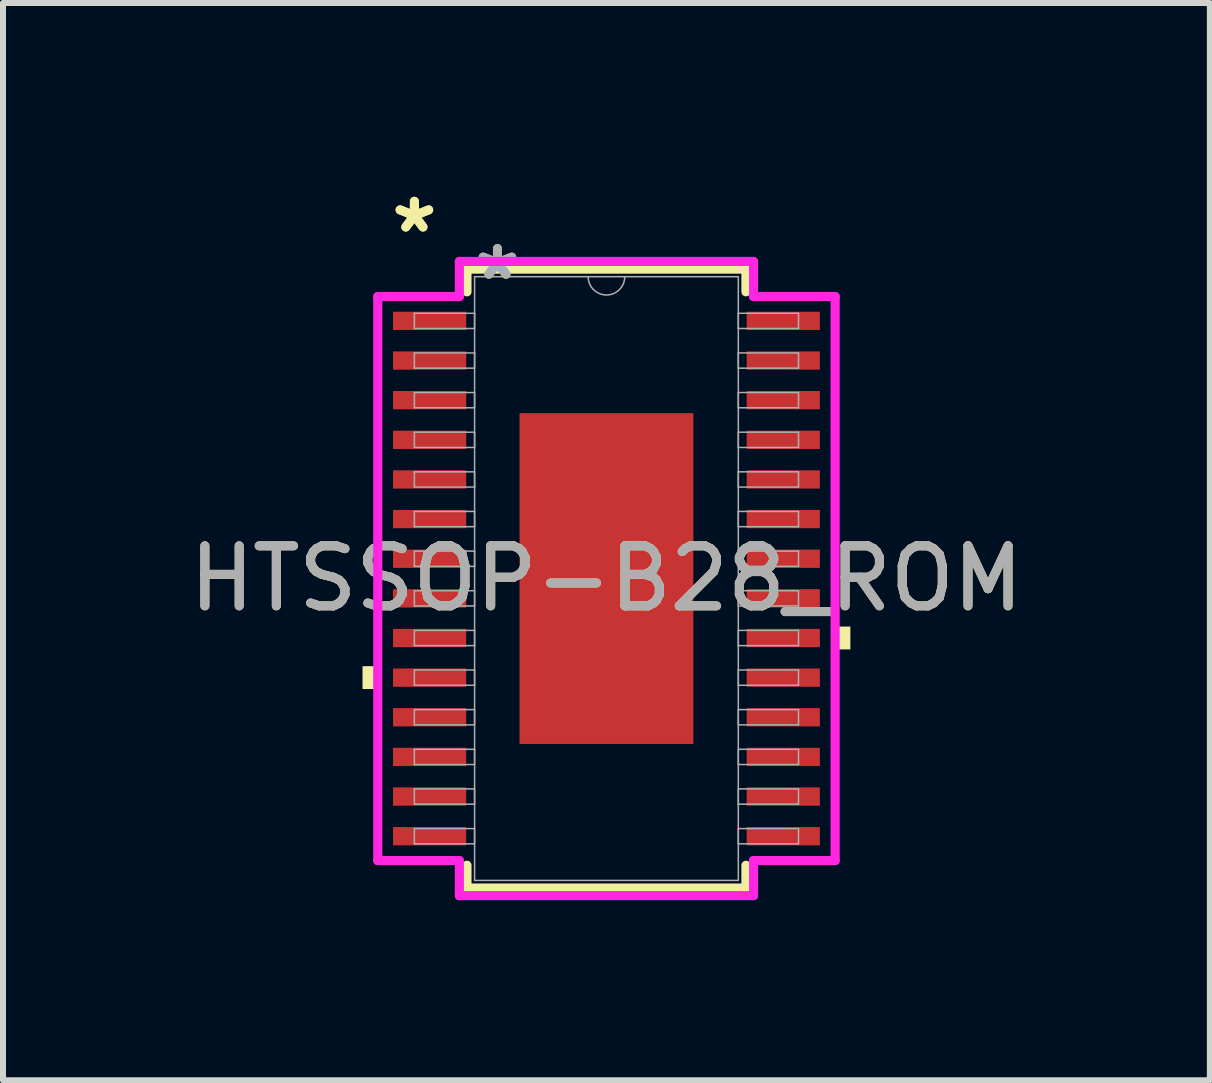
<source format=kicad_pcb>
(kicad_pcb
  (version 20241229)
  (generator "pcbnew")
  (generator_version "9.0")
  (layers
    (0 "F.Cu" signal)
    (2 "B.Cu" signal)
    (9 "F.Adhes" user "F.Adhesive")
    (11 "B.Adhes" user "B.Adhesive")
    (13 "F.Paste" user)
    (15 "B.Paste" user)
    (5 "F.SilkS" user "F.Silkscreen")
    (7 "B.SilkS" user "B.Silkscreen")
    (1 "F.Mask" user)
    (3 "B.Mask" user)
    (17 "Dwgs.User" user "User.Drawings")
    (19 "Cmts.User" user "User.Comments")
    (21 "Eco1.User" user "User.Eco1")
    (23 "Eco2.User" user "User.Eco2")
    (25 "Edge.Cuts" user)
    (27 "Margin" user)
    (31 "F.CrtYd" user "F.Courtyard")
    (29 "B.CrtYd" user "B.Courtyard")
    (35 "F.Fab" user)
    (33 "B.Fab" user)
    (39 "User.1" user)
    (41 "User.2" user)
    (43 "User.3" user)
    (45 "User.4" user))
  (footprint "HTSSOP-B28_ROM"
    (layer "F.Cu")
    (at 7.054 6.589)
    (property "Reference" "HTSSOP-B28_ROM" (at 0 0 0) (unlocked yes) (layer "F.SilkS") (effects (font (size 1 1) (thickness 0.15))))
    (attr smd)
    (fp_line (start -2.324 -5.156) (end -2.324 -4.777) (stroke (width 0.152) (type solid)) (layer "F.SilkS"))
    (fp_line (start -2.324 4.777) (end -2.324 5.156) (stroke (width 0.152) (type solid)) (layer "F.SilkS"))
    (fp_line (start -2.324 5.156) (end 2.324 5.156) (stroke (width 0.152) (type solid)) (layer "F.SilkS"))
    (fp_line (start 2.324 -5.156) (end -2.324 -5.156) (stroke (width 0.152) (type solid)) (layer "F.SilkS"))
    (fp_line (start 2.324 -4.777) (end 2.324 -5.156) (stroke (width 0.152) (type solid)) (layer "F.SilkS"))
    (fp_line (start 2.324 5.156) (end 2.324 4.777) (stroke (width 0.152) (type solid)) (layer "F.SilkS"))
    (fp_poly (pts (xy -4.064 1.46) (xy -4.064 1.841) (xy -3.81 1.841) (xy -3.81 1.46)) (stroke (width 0) (type solid)) (fill yes) (layer "F.SilkS"))
    (fp_poly (pts (xy 4.064 0.8) (xy 4.064 1.181) (xy 3.81 1.181) (xy 3.81 0.8)) (stroke (width 0) (type solid)) (fill yes) (layer "F.SilkS"))
    (fp_poly (pts (xy -1.348 -2.656) (xy -1.348 -1.478) (xy -0.1 -1.478) (xy -0.1 -2.656)) (stroke (width 0) (type solid)) (fill yes) (layer "F.Paste"))
    (fp_poly (pts (xy -1.348 -1.278) (xy -1.348 -0.1) (xy -0.1 -0.1) (xy -0.1 -1.278)) (stroke (width 0) (type solid)) (fill yes) (layer "F.Paste"))
    (fp_poly (pts (xy -1.348 0.1) (xy -1.348 1.278) (xy -0.1 1.278) (xy -0.1 0.1)) (stroke (width 0) (type solid)) (fill yes) (layer "F.Paste"))
    (fp_poly (pts (xy -1.348 1.478) (xy -1.348 2.656) (xy -0.1 2.656) (xy -0.1 1.478)) (stroke (width 0) (type solid)) (fill yes) (layer "F.Paste"))
    (fp_poly (pts (xy 0.1 -2.656) (xy 0.1 -1.478) (xy 1.348 -1.478) (xy 1.348 -2.656)) (stroke (width 0) (type solid)) (fill yes) (layer "F.Paste"))
    (fp_poly (pts (xy 0.1 -1.278) (xy 0.1 -0.1) (xy 1.348 -0.1) (xy 1.348 -1.278)) (stroke (width 0) (type solid)) (fill yes) (layer "F.Paste"))
    (fp_poly (pts (xy 0.1 0.1) (xy 0.1 1.278) (xy 1.348 1.278) (xy 1.348 0.1)) (stroke (width 0) (type solid)) (fill yes) (layer "F.Paste"))
    (fp_poly (pts (xy 0.1 1.478) (xy 0.1 2.656) (xy 1.348 2.656) (xy 1.348 1.478)) (stroke (width 0) (type solid)) (fill yes) (layer "F.Paste"))
    (fp_line (start -3.81 -4.699) (end -2.451 -4.699) (stroke (width 0.152) (type solid)) (layer "F.CrtYd"))
    (fp_line (start -3.81 4.699) (end -3.81 -4.699) (stroke (width 0.152) (type solid)) (layer "F.CrtYd"))
    (fp_line (start -3.81 4.699) (end -2.451 4.699) (stroke (width 0.152) (type solid)) (layer "F.CrtYd"))
    (fp_line (start -2.451 -5.283) (end 2.451 -5.283) (stroke (width 0.152) (type solid)) (layer "F.CrtYd"))
    (fp_line (start -2.451 -4.699) (end -2.451 -5.283) (stroke (width 0.152) (type solid)) (layer "F.CrtYd"))
    (fp_line (start -2.451 5.283) (end -2.451 4.699) (stroke (width 0.152) (type solid)) (layer "F.CrtYd"))
    (fp_line (start 2.451 -5.283) (end 2.451 -4.699) (stroke (width 0.152) (type solid)) (layer "F.CrtYd"))
    (fp_line (start 2.451 4.699) (end 2.451 5.283) (stroke (width 0.152) (type solid)) (layer "F.CrtYd"))
    (fp_line (start 2.451 5.283) (end -2.451 5.283) (stroke (width 0.152) (type solid)) (layer "F.CrtYd"))
    (fp_line (start 3.81 -4.699) (end 2.451 -4.699) (stroke (width 0.152) (type solid)) (layer "F.CrtYd"))
    (fp_line (start 3.81 -4.699) (end 3.81 4.699) (stroke (width 0.152) (type solid)) (layer "F.CrtYd"))
    (fp_line (start 3.81 4.699) (end 2.451 4.699) (stroke (width 0.152) (type solid)) (layer "F.CrtYd"))
    (fp_line (start -3.2 -4.42) (end -3.2 -4.166) (stroke (width 0.025) (type solid)) (layer "F.Fab"))
    (fp_line (start -3.2 -4.166) (end -2.197 -4.166) (stroke (width 0.025) (type solid)) (layer "F.Fab"))
    (fp_line (start -3.2 -3.759) (end -3.2 -3.505) (stroke (width 0.025) (type solid)) (layer "F.Fab"))
    (fp_line (start -3.2 -3.505) (end -2.197 -3.505) (stroke (width 0.025) (type solid)) (layer "F.Fab"))
    (fp_line (start -3.2 -3.099) (end -3.2 -2.845) (stroke (width 0.025) (type solid)) (layer "F.Fab"))
    (fp_line (start -3.2 -2.845) (end -2.197 -2.845) (stroke (width 0.025) (type solid)) (layer "F.Fab"))
    (fp_line (start -3.2 -2.438) (end -3.2 -2.184) (stroke (width 0.025) (type solid)) (layer "F.Fab"))
    (fp_line (start -3.2 -2.184) (end -2.197 -2.184) (stroke (width 0.025) (type solid)) (layer "F.Fab"))
    (fp_line (start -3.2 -1.778) (end -3.2 -1.524) (stroke (width 0.025) (type solid)) (layer "F.Fab"))
    (fp_line (start -3.2 -1.524) (end -2.197 -1.524) (stroke (width 0.025) (type solid)) (layer "F.Fab"))
    (fp_line (start -3.2 -1.118) (end -3.2 -0.864) (stroke (width 0.025) (type solid)) (layer "F.Fab"))
    (fp_line (start -3.2 -0.864) (end -2.197 -0.864) (stroke (width 0.025) (type solid)) (layer "F.Fab"))
    (fp_line (start -3.2 -0.457) (end -3.2 -0.203) (stroke (width 0.025) (type solid)) (layer "F.Fab"))
    (fp_line (start -3.2 -0.203) (end -2.197 -0.203) (stroke (width 0.025) (type solid)) (layer "F.Fab"))
    (fp_line (start -3.2 0.203) (end -3.2 0.457) (stroke (width 0.025) (type solid)) (layer "F.Fab"))
    (fp_line (start -3.2 0.457) (end -2.197 0.457) (stroke (width 0.025) (type solid)) (layer "F.Fab"))
    (fp_line (start -3.2 0.864) (end -3.2 1.118) (stroke (width 0.025) (type solid)) (layer "F.Fab"))
    (fp_line (start -3.2 1.118) (end -2.197 1.118) (stroke (width 0.025) (type solid)) (layer "F.Fab"))
    (fp_line (start -3.2 1.524) (end -3.2 1.778) (stroke (width 0.025) (type solid)) (layer "F.Fab"))
    (fp_line (start -3.2 1.778) (end -2.197 1.778) (stroke (width 0.025) (type solid)) (layer "F.Fab"))
    (fp_line (start -3.2 2.184) (end -3.2 2.438) (stroke (width 0.025) (type solid)) (layer "F.Fab"))
    (fp_line (start -3.2 2.438) (end -2.197 2.438) (stroke (width 0.025) (type solid)) (layer "F.Fab"))
    (fp_line (start -3.2 2.845) (end -3.2 3.099) (stroke (width 0.025) (type solid)) (layer "F.Fab"))
    (fp_line (start -3.2 3.099) (end -2.197 3.099) (stroke (width 0.025) (type solid)) (layer "F.Fab"))
    (fp_line (start -3.2 3.505) (end -3.2 3.759) (stroke (width 0.025) (type solid)) (layer "F.Fab"))
    (fp_line (start -3.2 3.759) (end -2.197 3.759) (stroke (width 0.025) (type solid)) (layer "F.Fab"))
    (fp_line (start -3.2 4.166) (end -3.2 4.42) (stroke (width 0.025) (type solid)) (layer "F.Fab"))
    (fp_line (start -3.2 4.42) (end -2.197 4.42) (stroke (width 0.025) (type solid)) (layer "F.Fab"))
    (fp_line (start -2.197 -5.029) (end -2.197 5.029) (stroke (width 0.025) (type solid)) (layer "F.Fab"))
    (fp_line (start -2.197 -4.42) (end -3.2 -4.42) (stroke (width 0.025) (type solid)) (layer "F.Fab"))
    (fp_line (start -2.197 -4.166) (end -2.197 -4.42) (stroke (width 0.025) (type solid)) (layer "F.Fab"))
    (fp_line (start -2.197 -3.759) (end -3.2 -3.759) (stroke (width 0.025) (type solid)) (layer "F.Fab"))
    (fp_line (start -2.197 -3.505) (end -2.197 -3.759) (stroke (width 0.025) (type solid)) (layer "F.Fab"))
    (fp_line (start -2.197 -3.099) (end -3.2 -3.099) (stroke (width 0.025) (type solid)) (layer "F.Fab"))
    (fp_line (start -2.197 -2.845) (end -2.197 -3.099) (stroke (width 0.025) (type solid)) (layer "F.Fab"))
    (fp_line (start -2.197 -2.438) (end -3.2 -2.438) (stroke (width 0.025) (type solid)) (layer "F.Fab"))
    (fp_line (start -2.197 -2.184) (end -2.197 -2.438) (stroke (width 0.025) (type solid)) (layer "F.Fab"))
    (fp_line (start -2.197 -1.778) (end -3.2 -1.778) (stroke (width 0.025) (type solid)) (layer "F.Fab"))
    (fp_line (start -2.197 -1.524) (end -2.197 -1.778) (stroke (width 0.025) (type solid)) (layer "F.Fab"))
    (fp_line (start -2.197 -1.118) (end -3.2 -1.118) (stroke (width 0.025) (type solid)) (layer "F.Fab"))
    (fp_line (start -2.197 -0.864) (end -2.197 -1.118) (stroke (width 0.025) (type solid)) (layer "F.Fab"))
    (fp_line (start -2.197 -0.457) (end -3.2 -0.457) (stroke (width 0.025) (type solid)) (layer "F.Fab"))
    (fp_line (start -2.197 -0.203) (end -2.197 -0.457) (stroke (width 0.025) (type solid)) (layer "F.Fab"))
    (fp_line (start -2.197 0.203) (end -3.2 0.203) (stroke (width 0.025) (type solid)) (layer "F.Fab"))
    (fp_line (start -2.197 0.457) (end -2.197 0.203) (stroke (width 0.025) (type solid)) (layer "F.Fab"))
    (fp_line (start -2.197 0.864) (end -3.2 0.864) (stroke (width 0.025) (type solid)) (layer "F.Fab"))
    (fp_line (start -2.197 1.118) (end -2.197 0.864) (stroke (width 0.025) (type solid)) (layer "F.Fab"))
    (fp_line (start -2.197 1.524) (end -3.2 1.524) (stroke (width 0.025) (type solid)) (layer "F.Fab"))
    (fp_line (start -2.197 1.778) (end -2.197 1.524) (stroke (width 0.025) (type solid)) (layer "F.Fab"))
    (fp_line (start -2.197 2.184) (end -3.2 2.184) (stroke (width 0.025) (type solid)) (layer "F.Fab"))
    (fp_line (start -2.197 2.438) (end -2.197 2.184) (stroke (width 0.025) (type solid)) (layer "F.Fab"))
    (fp_line (start -2.197 2.845) (end -3.2 2.845) (stroke (width 0.025) (type solid)) (layer "F.Fab"))
    (fp_line (start -2.197 3.099) (end -2.197 2.845) (stroke (width 0.025) (type solid)) (layer "F.Fab"))
    (fp_line (start -2.197 3.505) (end -3.2 3.505) (stroke (width 0.025) (type solid)) (layer "F.Fab"))
    (fp_line (start -2.197 3.759) (end -2.197 3.505) (stroke (width 0.025) (type solid)) (layer "F.Fab"))
    (fp_line (start -2.197 4.166) (end -3.2 4.166) (stroke (width 0.025) (type solid)) (layer "F.Fab"))
    (fp_line (start -2.197 4.42) (end -2.197 4.166) (stroke (width 0.025) (type solid)) (layer "F.Fab"))
    (fp_line (start -2.197 5.029) (end 2.197 5.029) (stroke (width 0.025) (type solid)) (layer "F.Fab"))
    (fp_line (start 2.197 -5.029) (end -2.197 -5.029) (stroke (width 0.025) (type solid)) (layer "F.Fab"))
    (fp_line (start 2.197 -4.42) (end 2.197 -4.166) (stroke (width 0.025) (type solid)) (layer "F.Fab"))
    (fp_line (start 2.197 -4.166) (end 3.2 -4.166) (stroke (width 0.025) (type solid)) (layer "F.Fab"))
    (fp_line (start 2.197 -3.759) (end 2.197 -3.505) (stroke (width 0.025) (type solid)) (layer "F.Fab"))
    (fp_line (start 2.197 -3.505) (end 3.2 -3.505) (stroke (width 0.025) (type solid)) (layer "F.Fab"))
    (fp_line (start 2.197 -3.099) (end 2.197 -2.845) (stroke (width 0.025) (type solid)) (layer "F.Fab"))
    (fp_line (start 2.197 -2.845) (end 3.2 -2.845) (stroke (width 0.025) (type solid)) (layer "F.Fab"))
    (fp_line (start 2.197 -2.438) (end 2.197 -2.184) (stroke (width 0.025) (type solid)) (layer "F.Fab"))
    (fp_line (start 2.197 -2.184) (end 3.2 -2.184) (stroke (width 0.025) (type solid)) (layer "F.Fab"))
    (fp_line (start 2.197 -1.778) (end 2.197 -1.524) (stroke (width 0.025) (type solid)) (layer "F.Fab"))
    (fp_line (start 2.197 -1.524) (end 3.2 -1.524) (stroke (width 0.025) (type solid)) (layer "F.Fab"))
    (fp_line (start 2.197 -1.118) (end 2.197 -0.864) (stroke (width 0.025) (type solid)) (layer "F.Fab"))
    (fp_line (start 2.197 -0.864) (end 3.2 -0.864) (stroke (width 0.025) (type solid)) (layer "F.Fab"))
    (fp_line (start 2.197 -0.457) (end 2.197 -0.203) (stroke (width 0.025) (type solid)) (layer "F.Fab"))
    (fp_line (start 2.197 -0.203) (end 3.2 -0.203) (stroke (width 0.025) (type solid)) (layer "F.Fab"))
    (fp_line (start 2.197 0.203) (end 2.197 0.457) (stroke (width 0.025) (type solid)) (layer "F.Fab"))
    (fp_line (start 2.197 0.457) (end 3.2 0.457) (stroke (width 0.025) (type solid)) (layer "F.Fab"))
    (fp_line (start 2.197 0.864) (end 2.197 1.118) (stroke (width 0.025) (type solid)) (layer "F.Fab"))
    (fp_line (start 2.197 1.118) (end 3.2 1.118) (stroke (width 0.025) (type solid)) (layer "F.Fab"))
    (fp_line (start 2.197 1.524) (end 2.197 1.778) (stroke (width 0.025) (type solid)) (layer "F.Fab"))
    (fp_line (start 2.197 1.778) (end 3.2 1.778) (stroke (width 0.025) (type solid)) (layer "F.Fab"))
    (fp_line (start 2.197 2.184) (end 2.197 2.438) (stroke (width 0.025) (type solid)) (layer "F.Fab"))
    (fp_line (start 2.197 2.438) (end 3.2 2.438) (stroke (width 0.025) (type solid)) (layer "F.Fab"))
    (fp_line (start 2.197 2.845) (end 2.197 3.099) (stroke (width 0.025) (type solid)) (layer "F.Fab"))
    (fp_line (start 2.197 3.099) (end 3.2 3.099) (stroke (width 0.025) (type solid)) (layer "F.Fab"))
    (fp_line (start 2.197 3.505) (end 2.197 3.759) (stroke (width 0.025) (type solid)) (layer "F.Fab"))
    (fp_line (start 2.197 3.759) (end 3.2 3.759) (stroke (width 0.025) (type solid)) (layer "F.Fab"))
    (fp_line (start 2.197 4.166) (end 2.197 4.42) (stroke (width 0.025) (type solid)) (layer "F.Fab"))
    (fp_line (start 2.197 4.42) (end 3.2 4.42) (stroke (width 0.025) (type solid)) (layer "F.Fab"))
    (fp_line (start 2.197 5.029) (end 2.197 -5.029) (stroke (width 0.025) (type solid)) (layer "F.Fab"))
    (fp_line (start 3.2 -4.42) (end 2.197 -4.42) (stroke (width 0.025) (type solid)) (layer "F.Fab"))
    (fp_line (start 3.2 -4.166) (end 3.2 -4.42) (stroke (width 0.025) (type solid)) (layer "F.Fab"))
    (fp_line (start 3.2 -3.759) (end 2.197 -3.759) (stroke (width 0.025) (type solid)) (layer "F.Fab"))
    (fp_line (start 3.2 -3.505) (end 3.2 -3.759) (stroke (width 0.025) (type solid)) (layer "F.Fab"))
    (fp_line (start 3.2 -3.099) (end 2.197 -3.099) (stroke (width 0.025) (type solid)) (layer "F.Fab"))
    (fp_line (start 3.2 -2.845) (end 3.2 -3.099) (stroke (width 0.025) (type solid)) (layer "F.Fab"))
    (fp_line (start 3.2 -2.438) (end 2.197 -2.438) (stroke (width 0.025) (type solid)) (layer "F.Fab"))
    (fp_line (start 3.2 -2.184) (end 3.2 -2.438) (stroke (width 0.025) (type solid)) (layer "F.Fab"))
    (fp_line (start 3.2 -1.778) (end 2.197 -1.778) (stroke (width 0.025) (type solid)) (layer "F.Fab"))
    (fp_line (start 3.2 -1.524) (end 3.2 -1.778) (stroke (width 0.025) (type solid)) (layer "F.Fab"))
    (fp_line (start 3.2 -1.118) (end 2.197 -1.118) (stroke (width 0.025) (type solid)) (layer "F.Fab"))
    (fp_line (start 3.2 -0.864) (end 3.2 -1.118) (stroke (width 0.025) (type solid)) (layer "F.Fab"))
    (fp_line (start 3.2 -0.457) (end 2.197 -0.457) (stroke (width 0.025) (type solid)) (layer "F.Fab"))
    (fp_line (start 3.2 -0.203) (end 3.2 -0.457) (stroke (width 0.025) (type solid)) (layer "F.Fab"))
    (fp_line (start 3.2 0.203) (end 2.197 0.203) (stroke (width 0.025) (type solid)) (layer "F.Fab"))
    (fp_line (start 3.2 0.457) (end 3.2 0.203) (stroke (width 0.025) (type solid)) (layer "F.Fab"))
    (fp_line (start 3.2 0.864) (end 2.197 0.864) (stroke (width 0.025) (type solid)) (layer "F.Fab"))
    (fp_line (start 3.2 1.118) (end 3.2 0.864) (stroke (width 0.025) (type solid)) (layer "F.Fab"))
    (fp_line (start 3.2 1.524) (end 2.197 1.524) (stroke (width 0.025) (type solid)) (layer "F.Fab"))
    (fp_line (start 3.2 1.778) (end 3.2 1.524) (stroke (width 0.025) (type solid)) (layer "F.Fab"))
    (fp_line (start 3.2 2.184) (end 2.197 2.184) (stroke (width 0.025) (type solid)) (layer "F.Fab"))
    (fp_line (start 3.2 2.438) (end 3.2 2.184) (stroke (width 0.025) (type solid)) (layer "F.Fab"))
    (fp_line (start 3.2 2.845) (end 2.197 2.845) (stroke (width 0.025) (type solid)) (layer "F.Fab"))
    (fp_line (start 3.2 3.099) (end 3.2 2.845) (stroke (width 0.025) (type solid)) (layer "F.Fab"))
    (fp_line (start 3.2 3.505) (end 2.197 3.505) (stroke (width 0.025) (type solid)) (layer "F.Fab"))
    (fp_line (start 3.2 3.759) (end 3.2 3.505) (stroke (width 0.025) (type solid)) (layer "F.Fab"))
    (fp_line (start 3.2 4.166) (end 2.197 4.166) (stroke (width 0.025) (type solid)) (layer "F.Fab"))
    (fp_line (start 3.2 4.42) (end 3.2 4.166) (stroke (width 0.025) (type solid)) (layer "F.Fab"))
    (fp_arc (start 0.3048 -5.0292) (mid 0 -4.7244) (end -0.3048 -5.0292) (stroke (width 0.0254) (type solid)) (layer "F.Fab"))
    (fp_text user "*" (at -3.2 -5.74 0) (layer "F.SilkS") (effects (font (size 1 1) (thickness 0.15))))
    (fp_text user "*" (at -3.2 -5.74 0) (unlocked yes) (layer "F.SilkS") (effects (font (size 1 1) (thickness 0.15))))
    (fp_text user "*" (at -1.816 -4.953 0) (unlocked yes) (layer "F.Fab") (effects (font (size 1 1) (thickness 0.15))))
    (fp_text user "*" (at -1.816 -4.953 0) (layer "F.Fab") (effects (font (size 1 1) (thickness 0.15))))
    (fp_text user "${REFERENCE}" (at 0 0 0) (unlocked yes) (layer "F.Fab") (effects (font (size 1 1) (thickness 0.15))))
    (pad "1" smd rect (at -2.946 -4.293) (size 1.219 0.305) (layers "F.Cu" "F.Mask" "F.Paste"))
    (pad "2" smd rect (at -2.946 -3.632) (size 1.219 0.305) (layers "F.Cu" "F.Mask" "F.Paste"))
    (pad "3" smd rect (at -2.946 -2.972) (size 1.219 0.305) (layers "F.Cu" "F.Mask" "F.Paste"))
    (pad "4" smd rect (at -2.946 -2.311) (size 1.219 0.305) (layers "F.Cu" "F.Mask" "F.Paste"))
    (pad "5" smd rect (at -2.946 -1.651) (size 1.219 0.305) (layers "F.Cu" "F.Mask" "F.Paste"))
    (pad "6" smd rect (at -2.946 -0.991) (size 1.219 0.305) (layers "F.Cu" "F.Mask" "F.Paste"))
    (pad "7" smd rect (at -2.946 -0.33) (size 1.219 0.305) (layers "F.Cu" "F.Mask" "F.Paste"))
    (pad "8" smd rect (at -2.946 0.33) (size 1.219 0.305) (layers "F.Cu" "F.Mask" "F.Paste"))
    (pad "9" smd rect (at -2.946 0.991) (size 1.219 0.305) (layers "F.Cu" "F.Mask" "F.Paste"))
    (pad "10" smd rect (at -2.946 1.651) (size 1.219 0.305) (layers "F.Cu" "F.Mask" "F.Paste"))
    (pad "11" smd rect (at -2.946 2.311) (size 1.219 0.305) (layers "F.Cu" "F.Mask" "F.Paste"))
    (pad "12" smd rect (at -2.946 2.972) (size 1.219 0.305) (layers "F.Cu" "F.Mask" "F.Paste"))
    (pad "13" smd rect (at -2.946 3.632) (size 1.219 0.305) (layers "F.Cu" "F.Mask" "F.Paste"))
    (pad "14" smd rect (at -2.946 4.293) (size 1.219 0.305) (layers "F.Cu" "F.Mask" "F.Paste"))
    (pad "15" smd rect (at 2.946 4.293) (size 1.219 0.305) (layers "F.Cu" "F.Mask" "F.Paste"))
    (pad "16" smd rect (at 2.946 3.632) (size 1.219 0.305) (layers "F.Cu" "F.Mask" "F.Paste"))
    (pad "17" smd rect (at 2.946 2.972) (size 1.219 0.305) (layers "F.Cu" "F.Mask" "F.Paste"))
    (pad "18" smd rect (at 2.946 2.311) (size 1.219 0.305) (layers "F.Cu" "F.Mask" "F.Paste"))
    (pad "19" smd rect (at 2.946 1.651) (size 1.219 0.305) (layers "F.Cu" "F.Mask" "F.Paste"))
    (pad "20" smd rect (at 2.946 0.991) (size 1.219 0.305) (layers "F.Cu" "F.Mask" "F.Paste"))
    (pad "21" smd rect (at 2.946 0.33) (size 1.219 0.305) (layers "F.Cu" "F.Mask" "F.Paste"))
    (pad "22" smd rect (at 2.946 -0.33) (size 1.219 0.305) (layers "F.Cu" "F.Mask" "F.Paste"))
    (pad "23" smd rect (at 2.946 -0.991) (size 1.219 0.305) (layers "F.Cu" "F.Mask" "F.Paste"))
    (pad "24" smd rect (at 2.946 -1.651) (size 1.219 0.305) (layers "F.Cu" "F.Mask" "F.Paste"))
    (pad "25" smd rect (at 2.946 -2.311) (size 1.219 0.305) (layers "F.Cu" "F.Mask" "F.Paste"))
    (pad "26" smd rect (at 2.946 -2.972) (size 1.219 0.305) (layers "F.Cu" "F.Mask" "F.Paste"))
    (pad "27" smd rect (at 2.946 -3.632) (size 1.219 0.305) (layers "F.Cu" "F.Mask" "F.Paste"))
    (pad "28" smd rect (at 2.946 -4.293) (size 1.219 0.305) (layers "F.Cu" "F.Mask" "F.Paste"))
    (pad "EPAD" smd rect (at 0 0) (size 2.896 5.512) (layers "F.Cu" "F.Mask")))
  (gr_rect
    (start -3 -3)
    (end 17.107 14.948)
    (stroke (width 0.1) (type default))
    (fill no)
    (layer "Edge.Cuts")))
</source>
